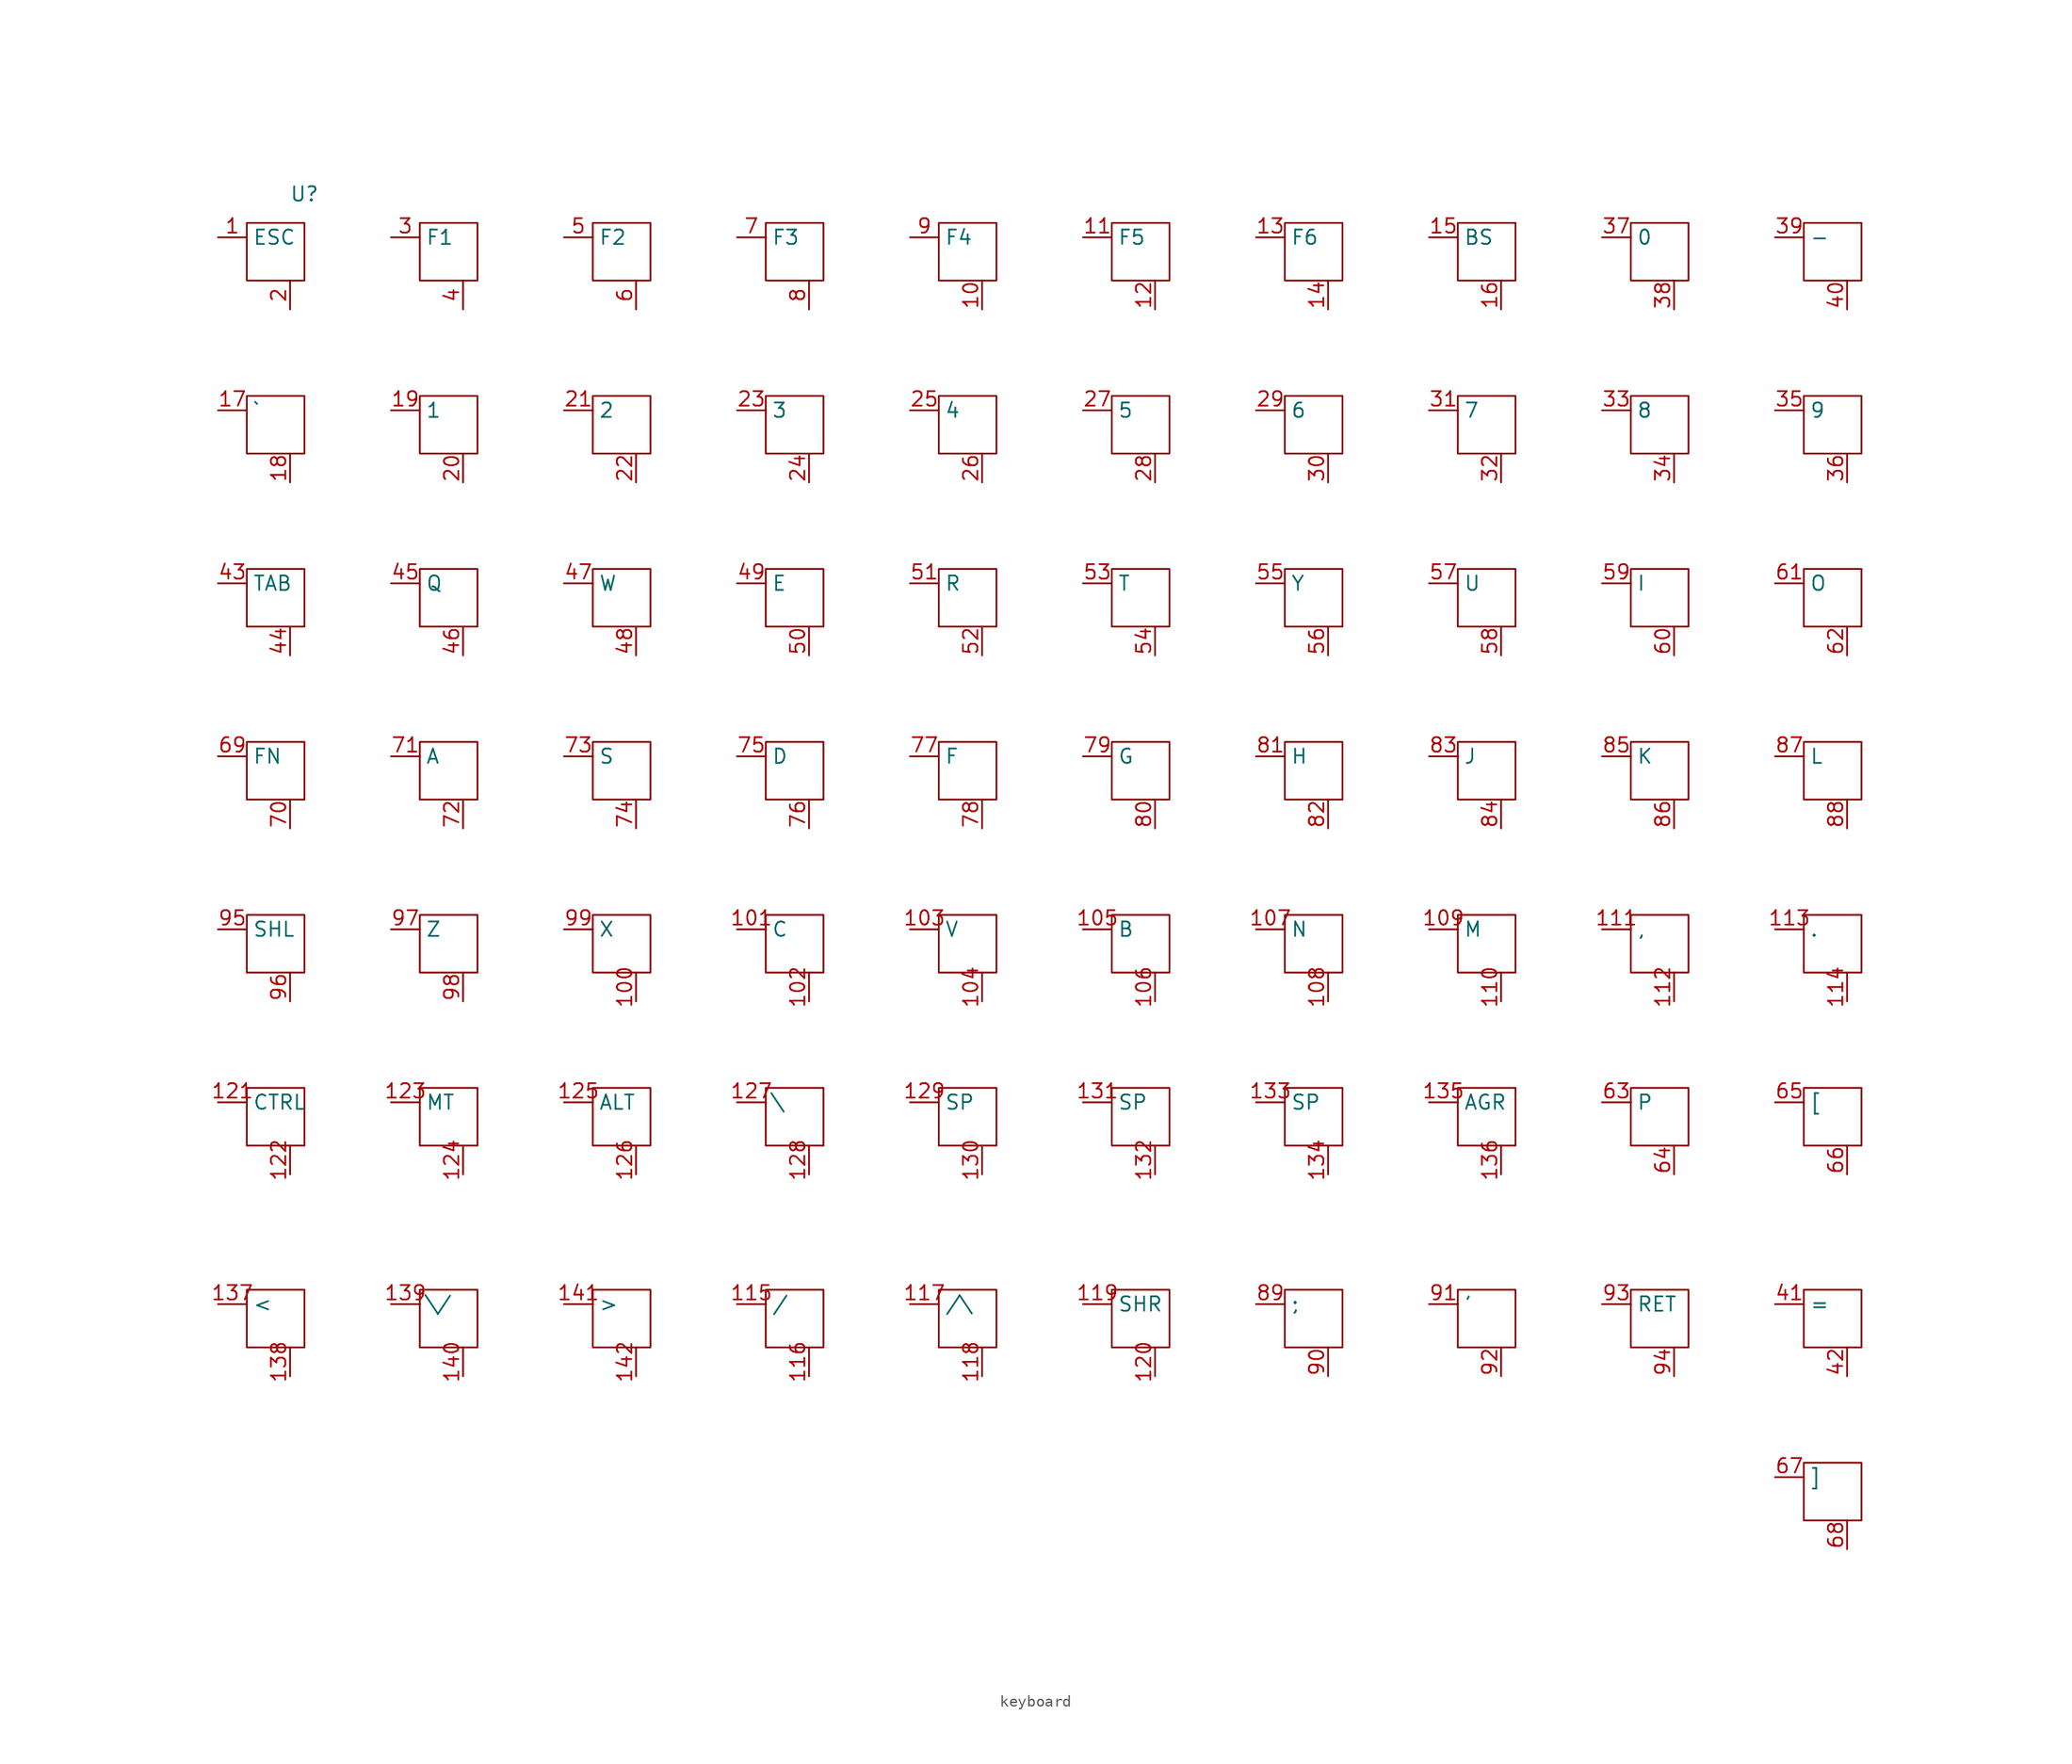
<source format=kicad_sym>
(kicad_symbol_lib
  (version 20241209)
  (generator "kicad_symbol_editor")
  (generator_version "9.0")
  (symbol "keyboard"
    (property "Reference" "U"
      (at 2.54 5.08 0)
      (effects (font (size 1.27 1.27))))
    (property "Value" ""
      (at 2.54 5.08 0)
      (effects (font (size 1.27 1.27))))
    (symbol "keyboard_0_1"
      (rectangle (start -2.54 2.54) (end 2.54 -2.54) (stroke (width 0) (type default)) (fill (type none)))
      (rectangle (start -2.54 -12.7) (end 2.54 -17.78) (stroke (width 0) (type default)) (fill (type none)))
      (rectangle (start -2.54 -27.94) (end 2.54 -33.02) (stroke (width 0) (type default)) (fill (type none)))
      (rectangle (start -2.54 -43.18) (end 2.54 -48.26) (stroke (width 0) (type default)) (fill (type none)))
      (rectangle (start -2.54 -58.42) (end 2.54 -63.5) (stroke (width 0) (type default)) (fill (type none)))
      (rectangle (start -2.54 -73.66) (end 2.54 -78.74) (stroke (width 0) (type default)) (fill (type none)))
      (rectangle (start -2.54 -91.44) (end 2.54 -96.52) (stroke (width 0) (type default)) (fill (type none)))
      (rectangle (start 12.7 2.54) (end 17.78 -2.54) (stroke (width 0) (type default)) (fill (type none)))
      (rectangle (start 12.7 -12.7) (end 17.78 -17.78) (stroke (width 0) (type default)) (fill (type none)))
      (rectangle (start 12.7 -27.94) (end 17.78 -33.02) (stroke (width 0) (type default)) (fill (type none)))
      (rectangle (start 12.7 -43.18) (end 17.78 -48.26) (stroke (width 0) (type default)) (fill (type none)))
      (rectangle (start 12.7 -58.42) (end 17.78 -63.5) (stroke (width 0) (type default)) (fill (type none)))
      (rectangle (start 12.7 -73.66) (end 17.78 -78.74) (stroke (width 0) (type default)) (fill (type none)))
      (rectangle (start 12.7 -91.44) (end 17.78 -96.52) (stroke (width 0) (type default)) (fill (type none)))
      (rectangle (start 27.94 2.54) (end 33.02 -2.54) (stroke (width 0) (type default)) (fill (type none)))
      (rectangle (start 27.94 -12.7) (end 33.02 -17.78) (stroke (width 0) (type default)) (fill (type none)))
      (rectangle (start 27.94 -27.94) (end 33.02 -33.02) (stroke (width 0) (type default)) (fill (type none)))
      (rectangle (start 27.94 -43.18) (end 33.02 -48.26) (stroke (width 0) (type default)) (fill (type none)))
      (rectangle (start 27.94 -58.42) (end 33.02 -63.5) (stroke (width 0) (type default)) (fill (type none)))
      (rectangle (start 27.94 -73.66) (end 33.02 -78.74) (stroke (width 0) (type default)) (fill (type none)))
      (rectangle (start 27.94 -91.44) (end 33.02 -96.52) (stroke (width 0) (type default)) (fill (type none)))
      (rectangle (start 43.18 2.54) (end 48.26 -2.54) (stroke (width 0) (type default)) (fill (type none)))
      (rectangle (start 43.18 -12.7) (end 48.26 -17.78) (stroke (width 0) (type default)) (fill (type none)))
      (rectangle (start 43.18 -27.94) (end 48.26 -33.02) (stroke (width 0) (type default)) (fill (type none)))
      (rectangle (start 43.18 -43.18) (end 48.26 -48.26) (stroke (width 0) (type default)) (fill (type none)))
      (rectangle (start 43.18 -58.42) (end 48.26 -63.5) (stroke (width 0) (type default)) (fill (type none)))
      (rectangle (start 43.18 -73.66) (end 48.26 -78.74) (stroke (width 0) (type default)) (fill (type none)))
      (rectangle (start 43.18 -91.44) (end 48.26 -96.52) (stroke (width 0) (type default)) (fill (type none)))
      (rectangle (start 58.42 2.54) (end 63.5 -2.54) (stroke (width 0) (type default)) (fill (type none)))
      (rectangle (start 58.42 -12.7) (end 63.5 -17.78) (stroke (width 0) (type default)) (fill (type none)))
      (rectangle (start 58.42 -27.94) (end 63.5 -33.02) (stroke (width 0) (type default)) (fill (type none)))
      (rectangle (start 58.42 -43.18) (end 63.5 -48.26) (stroke (width 0) (type default)) (fill (type none)))
      (rectangle (start 58.42 -58.42) (end 63.5 -63.5) (stroke (width 0) (type default)) (fill (type none)))
      (rectangle (start 58.42 -73.66) (end 63.5 -78.74) (stroke (width 0) (type default)) (fill (type none)))
      (rectangle (start 58.42 -91.44) (end 63.5 -96.52) (stroke (width 0) (type default)) (fill (type none)))
      (rectangle (start 73.66 2.54) (end 78.74 -2.54) (stroke (width 0) (type default)) (fill (type none)))
      (rectangle (start 73.66 -12.7) (end 78.74 -17.78) (stroke (width 0) (type default)) (fill (type none)))
      (rectangle (start 73.66 -27.94) (end 78.74 -33.02) (stroke (width 0) (type default)) (fill (type none)))
      (rectangle (start 73.66 -43.18) (end 78.74 -48.26) (stroke (width 0) (type default)) (fill (type none)))
      (rectangle (start 73.66 -58.42) (end 78.74 -63.5) (stroke (width 0) (type default)) (fill (type none)))
      (rectangle (start 73.66 -73.66) (end 78.74 -78.74) (stroke (width 0) (type default)) (fill (type none)))
      (rectangle (start 73.66 -91.44) (end 78.74 -96.52) (stroke (width 0) (type default)) (fill (type none)))
      (rectangle (start 88.9 2.54) (end 93.98 -2.54) (stroke (width 0) (type default)) (fill (type none)))
      (rectangle (start 88.9 -12.7) (end 93.98 -17.78) (stroke (width 0) (type default)) (fill (type none)))
      (rectangle (start 88.9 -27.94) (end 93.98 -33.02) (stroke (width 0) (type default)) (fill (type none)))
      (rectangle (start 88.9 -43.18) (end 93.98 -48.26) (stroke (width 0) (type default)) (fill (type none)))
      (rectangle (start 88.9 -58.42) (end 93.98 -63.5) (stroke (width 0) (type default)) (fill (type none)))
      (rectangle (start 88.9 -73.66) (end 93.98 -78.74) (stroke (width 0) (type default)) (fill (type none)))
      (rectangle (start 88.9 -91.44) (end 93.98 -96.52) (stroke (width 0) (type default)) (fill (type none)))
      (rectangle (start 104.14 2.54) (end 109.22 -2.54) (stroke (width 0) (type default)) (fill (type none)))
      (rectangle (start 104.14 -12.7) (end 109.22 -17.78) (stroke (width 0) (type default)) (fill (type none)))
      (rectangle (start 104.14 -27.94) (end 109.22 -33.02) (stroke (width 0) (type default)) (fill (type none)))
      (rectangle (start 104.14 -43.18) (end 109.22 -48.26) (stroke (width 0) (type default)) (fill (type none)))
      (rectangle (start 104.14 -58.42) (end 109.22 -63.5) (stroke (width 0) (type default)) (fill (type none)))
      (rectangle (start 104.14 -73.66) (end 109.22 -78.74) (stroke (width 0) (type default)) (fill (type none)))
      (rectangle (start 104.14 -91.44) (end 109.22 -96.52) (stroke (width 0) (type default)) (fill (type none)))
      (rectangle (start 119.38 2.54) (end 124.46 -2.54) (stroke (width 0) (type default)) (fill (type none)))
      (rectangle (start 119.38 -12.7) (end 124.46 -17.78) (stroke (width 0) (type default)) (fill (type none)))
      (rectangle (start 119.38 -27.94) (end 124.46 -33.02) (stroke (width 0) (type default)) (fill (type none)))
      (rectangle (start 119.38 -43.18) (end 124.46 -48.26) (stroke (width 0) (type default)) (fill (type none)))
      (rectangle (start 119.38 -58.42) (end 124.46 -63.5) (stroke (width 0) (type default)) (fill (type none)))
      (rectangle (start 119.38 -73.66) (end 124.46 -78.74) (stroke (width 0) (type default)) (fill (type none)))
      (rectangle (start 119.38 -91.44) (end 124.46 -96.52) (stroke (width 0) (type default)) (fill (type none)))
      (rectangle (start 134.62 2.54) (end 139.7 -2.54) (stroke (width 0) (type default)) (fill (type none)))
      (rectangle (start 134.62 -12.7) (end 139.7 -17.78) (stroke (width 0) (type default)) (fill (type none)))
      (rectangle (start 134.62 -27.94) (end 139.7 -33.02) (stroke (width 0) (type default)) (fill (type none)))
      (rectangle (start 134.62 -43.18) (end 139.7 -48.26) (stroke (width 0) (type default)) (fill (type none)))
      (rectangle (start 134.62 -58.42) (end 139.7 -63.5) (stroke (width 0) (type default)) (fill (type none)))
      (rectangle (start 134.62 -73.66) (end 139.7 -78.74) (stroke (width 0) (type default)) (fill (type none)))
      (rectangle (start 134.62 -91.44) (end 139.7 -96.52) (stroke (width 0) (type default)) (fill (type none)))
      (rectangle (start 134.62 -106.68) (end 139.7 -111.76) (stroke (width 0) (type default)) (fill (type none))))
    (symbol "keyboard_1_1"
      (pin passive line (at -5.08 1.27 0) (length 2.54) (name "ESC" (effects (font (size 1.27 1.27)))) (number "1" (effects (font (size 1.27 1.27)))))
      (pin passive line (at -5.08 -13.97 0) (length 2.54) (name "`" (effects (font (size 1.27 1.27)))) (number "17" (effects (font (size 1.27 1.27)))))
      (pin passive line (at -5.08 -29.21 0) (length 2.54) (name "TAB" (effects (font (size 1.27 1.27)))) (number "43" (effects (font (size 1.27 1.27)))))
      (pin passive line (at -5.08 -44.45 0) (length 2.54) (name "FN" (effects (font (size 1.27 1.27)))) (number "69" (effects (font (size 1.27 1.27)))))
      (pin passive line (at -5.08 -59.69 0) (length 2.54) (name "SHL" (effects (font (size 1.27 1.27)))) (number "95" (effects (font (size 1.27 1.27)))))
      (pin passive line (at -5.08 -74.93 0) (length 2.54) (name "CTRL" (effects (font (size 1.27 1.27)))) (number "121" (effects (font (size 1.27 1.27)))))
      (pin passive line (at -5.08 -92.71 0) (length 2.54) (name "<" (effects (font (size 1.27 1.27)))) (number "137" (effects (font (size 1.27 1.27)))))
      (pin passive line (at 1.27 -5.08 90) (length 2.54) (name "" (effects (font (size 1.27 1.27)))) (number "2" (effects (font (size 1.27 1.27)))))
      (pin passive line (at 1.27 -20.32 90) (length 2.54) (name "" (effects (font (size 1.27 1.27)))) (number "18" (effects (font (size 1.27 1.27)))))
      (pin passive line (at 1.27 -35.56 90) (length 2.54) (name "" (effects (font (size 1.27 1.27)))) (number "44" (effects (font (size 1.27 1.27)))))
      (pin passive line (at 1.27 -50.8 90) (length 2.54) (name "" (effects (font (size 1.27 1.27)))) (number "70" (effects (font (size 1.27 1.27)))))
      (pin passive line (at 1.27 -66.04 90) (length 2.54) (name "" (effects (font (size 1.27 1.27)))) (number "96" (effects (font (size 1.27 1.27)))))
      (pin passive line (at 1.27 -81.28 90) (length 2.54) (name "" (effects (font (size 1.27 1.27)))) (number "122" (effects (font (size 1.27 1.27)))))
      (pin passive line (at 1.27 -99.06 90) (length 2.54) (name "" (effects (font (size 1.27 1.27)))) (number "138" (effects (font (size 1.27 1.27)))))
      (pin passive line (at 10.16 1.27 0) (length 2.54) (name "F1" (effects (font (size 1.27 1.27)))) (number "3" (effects (font (size 1.27 1.27)))))
      (pin passive line (at 10.16 -13.97 0) (length 2.54) (name "1" (effects (font (size 1.27 1.27)))) (number "19" (effects (font (size 1.27 1.27)))))
      (pin passive line (at 10.16 -29.21 0) (length 2.54) (name "Q" (effects (font (size 1.27 1.27)))) (number "45" (effects (font (size 1.27 1.27)))))
      (pin passive line (at 10.16 -44.45 0) (length 2.54) (name "A" (effects (font (size 1.27 1.27)))) (number "71" (effects (font (size 1.27 1.27)))))
      (pin passive line (at 10.16 -59.69 0) (length 2.54) (name "Z" (effects (font (size 1.27 1.27)))) (number "97" (effects (font (size 1.27 1.27)))))
      (pin passive line (at 10.16 -74.93 0) (length 2.54) (name "MT" (effects (font (size 1.27 1.27)))) (number "123" (effects (font (size 1.27 1.27)))))
      (pin passive line (at 10.16 -92.71 0) (length 2.54) (name "\\/" (effects (font (size 1.27 1.27)))) (number "139" (effects (font (size 1.27 1.27)))))
      (pin passive line (at 16.51 -5.08 90) (length 2.54) (name "" (effects (font (size 1.27 1.27)))) (number "4" (effects (font (size 1.27 1.27)))))
      (pin passive line (at 16.51 -20.32 90) (length 2.54) (name "" (effects (font (size 1.27 1.27)))) (number "20" (effects (font (size 1.27 1.27)))))
      (pin passive line (at 16.51 -35.56 90) (length 2.54) (name "" (effects (font (size 1.27 1.27)))) (number "46" (effects (font (size 1.27 1.27)))))
      (pin passive line (at 16.51 -50.8 90) (length 2.54) (name "" (effects (font (size 1.27 1.27)))) (number "72" (effects (font (size 1.27 1.27)))))
      (pin passive line (at 16.51 -66.04 90) (length 2.54) (name "" (effects (font (size 1.27 1.27)))) (number "98" (effects (font (size 1.27 1.27)))))
      (pin passive line (at 16.51 -81.28 90) (length 2.54) (name "" (effects (font (size 1.27 1.27)))) (number "124" (effects (font (size 1.27 1.27)))))
      (pin passive line (at 16.51 -99.06 90) (length 2.54) (name "" (effects (font (size 1.27 1.27)))) (number "140" (effects (font (size 1.27 1.27)))))
      (pin passive line (at 25.4 1.27 0) (length 2.54) (name "F2" (effects (font (size 1.27 1.27)))) (number "5" (effects (font (size 1.27 1.27)))))
      (pin passive line (at 25.4 -13.97 0) (length 2.54) (name "2" (effects (font (size 1.27 1.27)))) (number "21" (effects (font (size 1.27 1.27)))))
      (pin passive line (at 25.4 -29.21 0) (length 2.54) (name "W" (effects (font (size 1.27 1.27)))) (number "47" (effects (font (size 1.27 1.27)))))
      (pin passive line (at 25.4 -44.45 0) (length 2.54) (name "S" (effects (font (size 1.27 1.27)))) (number "73" (effects (font (size 1.27 1.27)))))
      (pin passive line (at 25.4 -59.69 0) (length 2.54) (name "X" (effects (font (size 1.27 1.27)))) (number "99" (effects (font (size 1.27 1.27)))))
      (pin passive line (at 25.4 -74.93 0) (length 2.54) (name "ALT" (effects (font (size 1.27 1.27)))) (number "125" (effects (font (size 1.27 1.27)))))
      (pin passive line (at 25.4 -92.71 0) (length 2.54) (name ">" (effects (font (size 1.27 1.27)))) (number "141" (effects (font (size 1.27 1.27)))))
      (pin passive line (at 31.75 -5.08 90) (length 2.54) (name "" (effects (font (size 1.27 1.27)))) (number "6" (effects (font (size 1.27 1.27)))))
      (pin passive line (at 31.75 -20.32 90) (length 2.54) (name "" (effects (font (size 1.27 1.27)))) (number "22" (effects (font (size 1.27 1.27)))))
      (pin passive line (at 31.75 -35.56 90) (length 2.54) (name "" (effects (font (size 1.27 1.27)))) (number "48" (effects (font (size 1.27 1.27)))))
      (pin passive line (at 31.75 -50.8 90) (length 2.54) (name "" (effects (font (size 1.27 1.27)))) (number "74" (effects (font (size 1.27 1.27)))))
      (pin passive line (at 31.75 -66.04 90) (length 2.54) (name "" (effects (font (size 1.27 1.27)))) (number "100" (effects (font (size 1.27 1.27)))))
      (pin passive line (at 31.75 -81.28 90) (length 2.54) (name "" (effects (font (size 1.27 1.27)))) (number "126" (effects (font (size 1.27 1.27)))))
      (pin passive line (at 31.75 -99.06 90) (length 2.54) (name "" (effects (font (size 1.27 1.27)))) (number "142" (effects (font (size 1.27 1.27)))))
      (pin passive line (at 40.64 1.27 0) (length 2.54) (name "F3" (effects (font (size 1.27 1.27)))) (number "7" (effects (font (size 1.27 1.27)))))
      (pin passive line (at 40.64 -13.97 0) (length 2.54) (name "3" (effects (font (size 1.27 1.27)))) (number "23" (effects (font (size 1.27 1.27)))))
      (pin passive line (at 40.64 -29.21 0) (length 2.54) (name "E" (effects (font (size 1.27 1.27)))) (number "49" (effects (font (size 1.27 1.27)))))
      (pin passive line (at 40.64 -44.45 0) (length 2.54) (name "D" (effects (font (size 1.27 1.27)))) (number "75" (effects (font (size 1.27 1.27)))))
      (pin passive line (at 40.64 -59.69 0) (length 2.54) (name "C" (effects (font (size 1.27 1.27)))) (number "101" (effects (font (size 1.27 1.27)))))
      (pin passive line (at 40.64 -74.93 0) (length 2.54) (name "\\" (effects (font (size 1.27 1.27)))) (number "127" (effects (font (size 1.27 1.27)))))
      (pin passive line (at 40.64 -92.71 0) (length 2.54) (name "/" (effects (font (size 1.27 1.27)))) (number "115" (effects (font (size 1.27 1.27)))))
      (pin passive line (at 46.99 -5.08 90) (length 2.54) (name "" (effects (font (size 1.27 1.27)))) (number "8" (effects (font (size 1.27 1.27)))))
      (pin passive line (at 46.99 -20.32 90) (length 2.54) (name "" (effects (font (size 1.27 1.27)))) (number "24" (effects (font (size 1.27 1.27)))))
      (pin passive line (at 46.99 -35.56 90) (length 2.54) (name "" (effects (font (size 1.27 1.27)))) (number "50" (effects (font (size 1.27 1.27)))))
      (pin passive line (at 46.99 -50.8 90) (length 2.54) (name "" (effects (font (size 1.27 1.27)))) (number "76" (effects (font (size 1.27 1.27)))))
      (pin passive line (at 46.99 -66.04 90) (length 2.54) (name "" (effects (font (size 1.27 1.27)))) (number "102" (effects (font (size 1.27 1.27)))))
      (pin passive line (at 46.99 -81.28 90) (length 2.54) (name "" (effects (font (size 1.27 1.27)))) (number "128" (effects (font (size 1.27 1.27)))))
      (pin passive line (at 46.99 -99.06 90) (length 2.54) (name "" (effects (font (size 1.27 1.27)))) (number "116" (effects (font (size 1.27 1.27)))))
      (pin passive line (at 55.88 1.27 0) (length 2.54) (name "F4" (effects (font (size 1.27 1.27)))) (number "9" (effects (font (size 1.27 1.27)))))
      (pin passive line (at 55.88 -13.97 0) (length 2.54) (name "4" (effects (font (size 1.27 1.27)))) (number "25" (effects (font (size 1.27 1.27)))))
      (pin passive line (at 55.88 -29.21 0) (length 2.54) (name "R" (effects (font (size 1.27 1.27)))) (number "51" (effects (font (size 1.27 1.27)))))
      (pin passive line (at 55.88 -44.45 0) (length 2.54) (name "F" (effects (font (size 1.27 1.27)))) (number "77" (effects (font (size 1.27 1.27)))))
      (pin passive line (at 55.88 -59.69 0) (length 2.54) (name "V" (effects (font (size 1.27 1.27)))) (number "103" (effects (font (size 1.27 1.27)))))
      (pin passive line (at 55.88 -74.93 0) (length 2.54) (name "SP" (effects (font (size 1.27 1.27)))) (number "129" (effects (font (size 1.27 1.27)))))
      (pin passive line (at 55.88 -92.71 0) (length 2.54) (name "/\\" (effects (font (size 1.27 1.27)))) (number "117" (effects (font (size 1.27 1.27)))))
      (pin passive line (at 62.23 -5.08 90) (length 2.54) (name "" (effects (font (size 1.27 1.27)))) (number "10" (effects (font (size 1.27 1.27)))))
      (pin passive line (at 62.23 -20.32 90) (length 2.54) (name "" (effects (font (size 1.27 1.27)))) (number "26" (effects (font (size 1.27 1.27)))))
      (pin passive line (at 62.23 -35.56 90) (length 2.54) (name "" (effects (font (size 1.27 1.27)))) (number "52" (effects (font (size 1.27 1.27)))))
      (pin passive line (at 62.23 -50.8 90) (length 2.54) (name "" (effects (font (size 1.27 1.27)))) (number "78" (effects (font (size 1.27 1.27)))))
      (pin passive line (at 62.23 -66.04 90) (length 2.54) (name "" (effects (font (size 1.27 1.27)))) (number "104" (effects (font (size 1.27 1.27)))))
      (pin passive line (at 62.23 -81.28 90) (length 2.54) (name "" (effects (font (size 1.27 1.27)))) (number "130" (effects (font (size 1.27 1.27)))))
      (pin passive line (at 62.23 -99.06 90) (length 2.54) (name "" (effects (font (size 1.27 1.27)))) (number "118" (effects (font (size 1.27 1.27)))))
      (pin passive line (at 71.12 1.27 0) (length 2.54) (name "F5" (effects (font (size 1.27 1.27)))) (number "11" (effects (font (size 1.27 1.27)))))
      (pin passive line (at 71.12 -13.97 0) (length 2.54) (name "5" (effects (font (size 1.27 1.27)))) (number "27" (effects (font (size 1.27 1.27)))))
      (pin passive line (at 71.12 -29.21 0) (length 2.54) (name "T" (effects (font (size 1.27 1.27)))) (number "53" (effects (font (size 1.27 1.27)))))
      (pin passive line (at 71.12 -44.45 0) (length 2.54) (name "G" (effects (font (size 1.27 1.27)))) (number "79" (effects (font (size 1.27 1.27)))))
      (pin tri_state line (at 71.12 -59.69 0) (length 2.54) (name "B" (effects (font (size 1.27 1.27)))) (number "105" (effects (font (size 1.27 1.27)))))
      (pin passive line (at 71.12 -74.93 0) (length 2.54) (name "SP" (effects (font (size 1.27 1.27)))) (number "131" (effects (font (size 1.27 1.27)))))
      (pin passive line (at 71.12 -92.71 0) (length 2.54) (name "SHR" (effects (font (size 1.27 1.27)))) (number "119" (effects (font (size 1.27 1.27)))))
      (pin passive line (at 77.47 -5.08 90) (length 2.54) (name "" (effects (font (size 1.27 1.27)))) (number "12" (effects (font (size 1.27 1.27)))))
      (pin passive line (at 77.47 -20.32 90) (length 2.54) (name "" (effects (font (size 1.27 1.27)))) (number "28" (effects (font (size 1.27 1.27)))))
      (pin passive line (at 77.47 -35.56 90) (length 2.54) (name "" (effects (font (size 1.27 1.27)))) (number "54" (effects (font (size 1.27 1.27)))))
      (pin passive line (at 77.47 -50.8 90) (length 2.54) (name "" (effects (font (size 1.27 1.27)))) (number "80" (effects (font (size 1.27 1.27)))))
      (pin passive line (at 77.47 -66.04 90) (length 2.54) (name "" (effects (font (size 1.27 1.27)))) (number "106" (effects (font (size 1.27 1.27)))))
      (pin passive line (at 77.47 -81.28 90) (length 2.54) (name "" (effects (font (size 1.27 1.27)))) (number "132" (effects (font (size 1.27 1.27)))))
      (pin passive line (at 77.47 -99.06 90) (length 2.54) (name "" (effects (font (size 1.27 1.27)))) (number "120" (effects (font (size 1.27 1.27)))))
      (pin passive line (at 86.36 1.27 0) (length 2.54) (name "F6" (effects (font (size 1.27 1.27)))) (number "13" (effects (font (size 1.27 1.27)))))
      (pin passive line (at 86.36 -13.97 0) (length 2.54) (name "6" (effects (font (size 1.27 1.27)))) (number "29" (effects (font (size 1.27 1.27)))))
      (pin passive line (at 86.36 -29.21 0) (length 2.54) (name "Y" (effects (font (size 1.27 1.27)))) (number "55" (effects (font (size 1.27 1.27)))))
      (pin passive line (at 86.36 -44.45 0) (length 2.54) (name "H" (effects (font (size 1.27 1.27)))) (number "81" (effects (font (size 1.27 1.27)))))
      (pin passive line (at 86.36 -59.69 0) (length 2.54) (name "N" (effects (font (size 1.27 1.27)))) (number "107" (effects (font (size 1.27 1.27)))))
      (pin passive line (at 86.36 -74.93 0) (length 2.54) (name "SP" (effects (font (size 1.27 1.27)))) (number "133" (effects (font (size 1.27 1.27)))))
      (pin passive line (at 86.36 -92.71 0) (length 2.54) (name ";" (effects (font (size 1.27 1.27)))) (number "89" (effects (font (size 1.27 1.27)))))
      (pin passive line (at 92.71 -5.08 90) (length 2.54) (name "" (effects (font (size 1.27 1.27)))) (number "14" (effects (font (size 1.27 1.27)))))
      (pin passive line (at 92.71 -20.32 90) (length 2.54) (name "" (effects (font (size 1.27 1.27)))) (number "30" (effects (font (size 1.27 1.27)))))
      (pin passive line (at 92.71 -35.56 90) (length 2.54) (name "" (effects (font (size 1.27 1.27)))) (number "56" (effects (font (size 1.27 1.27)))))
      (pin passive line (at 92.71 -50.8 90) (length 2.54) (name "" (effects (font (size 1.27 1.27)))) (number "82" (effects (font (size 1.27 1.27)))))
      (pin passive line (at 92.71 -66.04 90) (length 2.54) (name "" (effects (font (size 1.27 1.27)))) (number "108" (effects (font (size 1.27 1.27)))))
      (pin passive line (at 92.71 -81.28 90) (length 2.54) (name "" (effects (font (size 1.27 1.27)))) (number "134" (effects (font (size 1.27 1.27)))))
      (pin passive line (at 92.71 -99.06 90) (length 2.54) (name "" (effects (font (size 1.27 1.27)))) (number "90" (effects (font (size 1.27 1.27)))))
      (pin passive line (at 101.6 1.27 0) (length 2.54) (name "BS" (effects (font (size 1.27 1.27)))) (number "15" (effects (font (size 1.27 1.27)))))
      (pin passive line (at 101.6 -13.97 0) (length 2.54) (name "7" (effects (font (size 1.27 1.27)))) (number "31" (effects (font (size 1.27 1.27)))))
      (pin passive line (at 101.6 -29.21 0) (length 2.54) (name "U" (effects (font (size 1.27 1.27)))) (number "57" (effects (font (size 1.27 1.27)))))
      (pin passive line (at 101.6 -44.45 0) (length 2.54) (name "J" (effects (font (size 1.27 1.27)))) (number "83" (effects (font (size 1.27 1.27)))))
      (pin passive line (at 101.6 -59.69 0) (length 2.54) (name "M" (effects (font (size 1.27 1.27)))) (number "109" (effects (font (size 1.27 1.27)))))
      (pin passive line (at 101.6 -74.93 0) (length 2.54) (name "AGR" (effects (font (size 1.27 1.27)))) (number "135" (effects (font (size 1.27 1.27)))))
      (pin passive line (at 101.6 -92.71 0) (length 2.54) (name "'" (effects (font (size 1.27 1.27)))) (number "91" (effects (font (size 1.27 1.27)))))
      (pin passive line (at 107.95 -5.08 90) (length 2.54) (name "" (effects (font (size 1.27 1.27)))) (number "16" (effects (font (size 1.27 1.27)))))
      (pin passive line (at 107.95 -20.32 90) (length 2.54) (name "" (effects (font (size 1.27 1.27)))) (number "32" (effects (font (size 1.27 1.27)))))
      (pin passive line (at 107.95 -35.56 90) (length 2.54) (name "" (effects (font (size 1.27 1.27)))) (number "58" (effects (font (size 1.27 1.27)))))
      (pin passive line (at 107.95 -50.8 90) (length 2.54) (name "" (effects (font (size 1.27 1.27)))) (number "84" (effects (font (size 1.27 1.27)))))
      (pin passive line (at 107.95 -66.04 90) (length 2.54) (name "" (effects (font (size 1.27 1.27)))) (number "110" (effects (font (size 1.27 1.27)))))
      (pin passive line (at 107.95 -81.28 90) (length 2.54) (name "" (effects (font (size 1.27 1.27)))) (number "136" (effects (font (size 1.27 1.27)))))
      (pin passive line (at 107.95 -99.06 90) (length 2.54) (name "" (effects (font (size 1.27 1.27)))) (number "92" (effects (font (size 1.27 1.27)))))
      (pin passive line (at 116.84 1.27 0) (length 2.54) (name "0" (effects (font (size 1.27 1.27)))) (number "37" (effects (font (size 1.27 1.27)))))
      (pin passive line (at 116.84 -13.97 0) (length 2.54) (name "8" (effects (font (size 1.27 1.27)))) (number "33" (effects (font (size 1.27 1.27)))))
      (pin passive line (at 116.84 -29.21 0) (length 2.54) (name "I" (effects (font (size 1.27 1.27)))) (number "59" (effects (font (size 1.27 1.27)))))
      (pin passive line (at 116.84 -44.45 0) (length 2.54) (name "K" (effects (font (size 1.27 1.27)))) (number "85" (effects (font (size 1.27 1.27)))))
      (pin passive line (at 116.84 -59.69 0) (length 2.54) (name "," (effects (font (size 1.27 1.27)))) (number "111" (effects (font (size 1.27 1.27)))))
      (pin passive line (at 116.84 -74.93 0) (length 2.54) (name "P" (effects (font (size 1.27 1.27)))) (number "63" (effects (font (size 1.27 1.27)))))
      (pin passive line (at 116.84 -92.71 0) (length 2.54) (name "RET" (effects (font (size 1.27 1.27)))) (number "93" (effects (font (size 1.27 1.27)))))
      (pin passive line (at 123.19 -5.08 90) (length 2.54) (name "" (effects (font (size 1.27 1.27)))) (number "38" (effects (font (size 1.27 1.27)))))
      (pin passive line (at 123.19 -20.32 90) (length 2.54) (name "" (effects (font (size 1.27 1.27)))) (number "34" (effects (font (size 1.27 1.27)))))
      (pin passive line (at 123.19 -35.56 90) (length 2.54) (name "" (effects (font (size 1.27 1.27)))) (number "60" (effects (font (size 1.27 1.27)))))
      (pin passive line (at 123.19 -50.8 90) (length 2.54) (name "" (effects (font (size 1.27 1.27)))) (number "86" (effects (font (size 1.27 1.27)))))
      (pin passive line (at 123.19 -66.04 90) (length 2.54) (name "" (effects (font (size 1.27 1.27)))) (number "112" (effects (font (size 1.27 1.27)))))
      (pin passive line (at 123.19 -81.28 90) (length 2.54) (name "" (effects (font (size 1.27 1.27)))) (number "64" (effects (font (size 1.27 1.27)))))
      (pin passive line (at 123.19 -99.06 90) (length 2.54) (name "" (effects (font (size 1.27 1.27)))) (number "94" (effects (font (size 1.27 1.27)))))
      (pin passive line (at 132.08 1.27 0) (length 2.54) (name "-" (effects (font (size 1.27 1.27)))) (number "39" (effects (font (size 1.27 1.27)))))
      (pin passive line (at 132.08 -13.97 0) (length 2.54) (name "9" (effects (font (size 1.27 1.27)))) (number "35" (effects (font (size 1.27 1.27)))))
      (pin passive line (at 132.08 -29.21 0) (length 2.54) (name "O" (effects (font (size 1.27 1.27)))) (number "61" (effects (font (size 1.27 1.27)))))
      (pin passive line (at 132.08 -44.45 0) (length 2.54) (name "L" (effects (font (size 1.27 1.27)))) (number "87" (effects (font (size 1.27 1.27)))))
      (pin passive line (at 132.08 -59.69 0) (length 2.54) (name "." (effects (font (size 1.27 1.27)))) (number "113" (effects (font (size 1.27 1.27)))))
      (pin passive line (at 132.08 -74.93 0) (length 2.54) (name "[" (effects (font (size 1.27 1.27)))) (number "65" (effects (font (size 1.27 1.27)))))
      (pin passive line (at 132.08 -92.71 0) (length 2.54) (name "=" (effects (font (size 1.27 1.27)))) (number "41" (effects (font (size 1.27 1.27)))))
      (pin passive line (at 132.08 -107.95 0) (length 2.54) (name "]" (effects (font (size 1.27 1.27)))) (number "67" (effects (font (size 1.27 1.27)))))
      (pin passive line (at 138.43 -5.08 90) (length 2.54) (name "" (effects (font (size 1.27 1.27)))) (number "40" (effects (font (size 1.27 1.27)))))
      (pin passive line (at 138.43 -20.32 90) (length 2.54) (name "" (effects (font (size 1.27 1.27)))) (number "36" (effects (font (size 1.27 1.27)))))
      (pin passive line (at 138.43 -35.56 90) (length 2.54) (name "" (effects (font (size 1.27 1.27)))) (number "62" (effects (font (size 1.27 1.27)))))
      (pin passive line (at 138.43 -50.8 90) (length 2.54) (name "" (effects (font (size 1.27 1.27)))) (number "88" (effects (font (size 1.27 1.27)))))
      (pin passive line (at 138.43 -66.04 90) (length 2.54) (name "" (effects (font (size 1.27 1.27)))) (number "114" (effects (font (size 1.27 1.27)))))
      (pin passive line (at 138.43 -81.28 90) (length 2.54) (name "" (effects (font (size 1.27 1.27)))) (number "66" (effects (font (size 1.27 1.27)))))
      (pin passive line (at 138.43 -99.06 90) (length 2.54) (name "" (effects (font (size 1.27 1.27)))) (number "42" (effects (font (size 1.27 1.27)))))
      (pin passive line (at 138.43 -114.3 90) (length 2.54) (name "" (effects (font (size 1.27 1.27)))) (number "68" (effects (font (size 1.27 1.27))))))))
</source>
